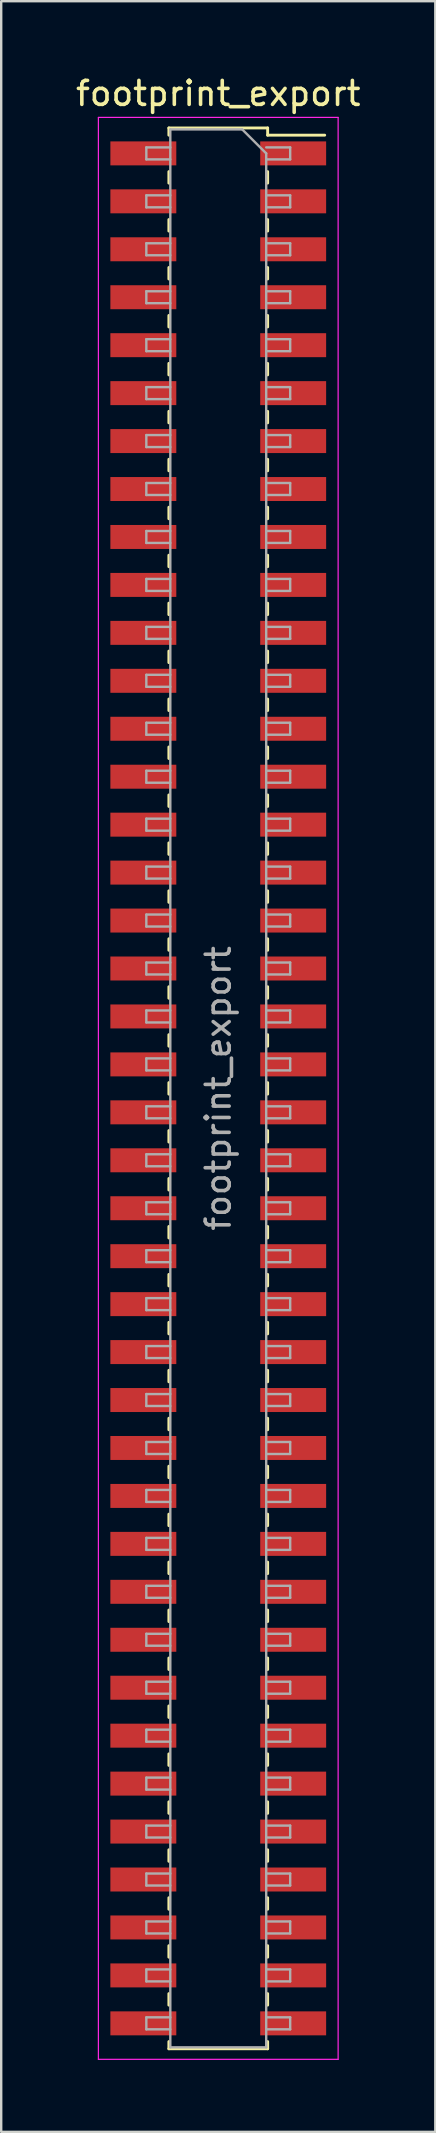
<source format=kicad_pcb>
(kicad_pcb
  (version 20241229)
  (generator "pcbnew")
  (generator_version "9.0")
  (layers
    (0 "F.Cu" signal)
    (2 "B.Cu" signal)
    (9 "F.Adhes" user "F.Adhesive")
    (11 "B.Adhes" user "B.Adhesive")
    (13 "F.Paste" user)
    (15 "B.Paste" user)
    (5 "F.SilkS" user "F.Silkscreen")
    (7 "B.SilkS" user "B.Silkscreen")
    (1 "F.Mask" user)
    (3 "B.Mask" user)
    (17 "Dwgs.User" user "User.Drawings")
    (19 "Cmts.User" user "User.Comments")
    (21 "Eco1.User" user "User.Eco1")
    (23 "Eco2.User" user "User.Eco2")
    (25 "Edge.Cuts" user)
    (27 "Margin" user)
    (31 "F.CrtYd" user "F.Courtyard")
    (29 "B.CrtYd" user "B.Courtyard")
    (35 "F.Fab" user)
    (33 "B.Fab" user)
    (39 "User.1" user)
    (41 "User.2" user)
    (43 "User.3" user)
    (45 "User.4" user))
  (footprint "footprint_export"
    (layer "F.Cu")
    (at 6.054 42.348)
    (property "Reference" "footprint_export" (at 0 -41.5 0) (layer "F.SilkS") (effects (font (size 1 1) (thickness 0.15))))
    (attr smd)
    (fp_line (start -2.06 -40.06) (end -2.06 -39.76) (stroke (width 0.12) (type solid)) (layer "F.SilkS"))
    (fp_line (start -2.06 -40.06) (end 2.06 -40.06) (stroke (width 0.12) (type solid)) (layer "F.SilkS"))
    (fp_line (start -2.06 -38.24) (end -2.06 -37.76) (stroke (width 0.12) (type solid)) (layer "F.SilkS"))
    (fp_line (start -2.06 -36.24) (end -2.06 -35.76) (stroke (width 0.12) (type solid)) (layer "F.SilkS"))
    (fp_line (start -2.06 -34.24) (end -2.06 -33.76) (stroke (width 0.12) (type solid)) (layer "F.SilkS"))
    (fp_line (start -2.06 -32.24) (end -2.06 -31.76) (stroke (width 0.12) (type solid)) (layer "F.SilkS"))
    (fp_line (start -2.06 -30.24) (end -2.06 -29.76) (stroke (width 0.12) (type solid)) (layer "F.SilkS"))
    (fp_line (start -2.06 -28.24) (end -2.06 -27.76) (stroke (width 0.12) (type solid)) (layer "F.SilkS"))
    (fp_line (start -2.06 -26.24) (end -2.06 -25.76) (stroke (width 0.12) (type solid)) (layer "F.SilkS"))
    (fp_line (start -2.06 -24.24) (end -2.06 -23.76) (stroke (width 0.12) (type solid)) (layer "F.SilkS"))
    (fp_line (start -2.06 -22.24) (end -2.06 -21.76) (stroke (width 0.12) (type solid)) (layer "F.SilkS"))
    (fp_line (start -2.06 -20.24) (end -2.06 -19.76) (stroke (width 0.12) (type solid)) (layer "F.SilkS"))
    (fp_line (start -2.06 -18.24) (end -2.06 -17.76) (stroke (width 0.12) (type solid)) (layer "F.SilkS"))
    (fp_line (start -2.06 -16.24) (end -2.06 -15.76) (stroke (width 0.12) (type solid)) (layer "F.SilkS"))
    (fp_line (start -2.06 -14.24) (end -2.06 -13.76) (stroke (width 0.12) (type solid)) (layer "F.SilkS"))
    (fp_line (start -2.06 -12.24) (end -2.06 -11.76) (stroke (width 0.12) (type solid)) (layer "F.SilkS"))
    (fp_line (start -2.06 -10.24) (end -2.06 -9.76) (stroke (width 0.12) (type solid)) (layer "F.SilkS"))
    (fp_line (start -2.06 -8.24) (end -2.06 -7.76) (stroke (width 0.12) (type solid)) (layer "F.SilkS"))
    (fp_line (start -2.06 -6.24) (end -2.06 -5.76) (stroke (width 0.12) (type solid)) (layer "F.SilkS"))
    (fp_line (start -2.06 -4.24) (end -2.06 -3.76) (stroke (width 0.12) (type solid)) (layer "F.SilkS"))
    (fp_line (start -2.06 -2.24) (end -2.06 -1.76) (stroke (width 0.12) (type solid)) (layer "F.SilkS"))
    (fp_line (start -2.06 -0.24) (end -2.06 0.24) (stroke (width 0.12) (type solid)) (layer "F.SilkS"))
    (fp_line (start -2.06 1.76) (end -2.06 2.24) (stroke (width 0.12) (type solid)) (layer "F.SilkS"))
    (fp_line (start -2.06 3.76) (end -2.06 4.24) (stroke (width 0.12) (type solid)) (layer "F.SilkS"))
    (fp_line (start -2.06 5.76) (end -2.06 6.24) (stroke (width 0.12) (type solid)) (layer "F.SilkS"))
    (fp_line (start -2.06 7.76) (end -2.06 8.24) (stroke (width 0.12) (type solid)) (layer "F.SilkS"))
    (fp_line (start -2.06 9.76) (end -2.06 10.24) (stroke (width 0.12) (type solid)) (layer "F.SilkS"))
    (fp_line (start -2.06 11.76) (end -2.06 12.24) (stroke (width 0.12) (type solid)) (layer "F.SilkS"))
    (fp_line (start -2.06 13.76) (end -2.06 14.24) (stroke (width 0.12) (type solid)) (layer "F.SilkS"))
    (fp_line (start -2.06 15.76) (end -2.06 16.24) (stroke (width 0.12) (type solid)) (layer "F.SilkS"))
    (fp_line (start -2.06 17.76) (end -2.06 18.24) (stroke (width 0.12) (type solid)) (layer "F.SilkS"))
    (fp_line (start -2.06 19.76) (end -2.06 20.24) (stroke (width 0.12) (type solid)) (layer "F.SilkS"))
    (fp_line (start -2.06 21.76) (end -2.06 22.24) (stroke (width 0.12) (type solid)) (layer "F.SilkS"))
    (fp_line (start -2.06 23.76) (end -2.06 24.24) (stroke (width 0.12) (type solid)) (layer "F.SilkS"))
    (fp_line (start -2.06 25.76) (end -2.06 26.24) (stroke (width 0.12) (type solid)) (layer "F.SilkS"))
    (fp_line (start -2.06 27.76) (end -2.06 28.24) (stroke (width 0.12) (type solid)) (layer "F.SilkS"))
    (fp_line (start -2.06 29.76) (end -2.06 30.24) (stroke (width 0.12) (type solid)) (layer "F.SilkS"))
    (fp_line (start -2.06 31.76) (end -2.06 32.24) (stroke (width 0.12) (type solid)) (layer "F.SilkS"))
    (fp_line (start -2.06 33.76) (end -2.06 34.24) (stroke (width 0.12) (type solid)) (layer "F.SilkS"))
    (fp_line (start -2.06 35.76) (end -2.06 36.24) (stroke (width 0.12) (type solid)) (layer "F.SilkS"))
    (fp_line (start -2.06 37.76) (end -2.06 38.24) (stroke (width 0.12) (type solid)) (layer "F.SilkS"))
    (fp_line (start -2.06 39.76) (end -2.06 40.06) (stroke (width 0.12) (type solid)) (layer "F.SilkS"))
    (fp_line (start -2.06 40.06) (end 2.06 40.06) (stroke (width 0.12) (type solid)) (layer "F.SilkS"))
    (fp_line (start 2.06 -40.06) (end 2.06 -39.76) (stroke (width 0.12) (type solid)) (layer "F.SilkS"))
    (fp_line (start 2.06 -39.76) (end 4.44 -39.76) (stroke (width 0.12) (type solid)) (layer "F.SilkS"))
    (fp_line (start 2.06 -38.24) (end 2.06 -37.76) (stroke (width 0.12) (type solid)) (layer "F.SilkS"))
    (fp_line (start 2.06 -36.24) (end 2.06 -35.76) (stroke (width 0.12) (type solid)) (layer "F.SilkS"))
    (fp_line (start 2.06 -34.24) (end 2.06 -33.76) (stroke (width 0.12) (type solid)) (layer "F.SilkS"))
    (fp_line (start 2.06 -32.24) (end 2.06 -31.76) (stroke (width 0.12) (type solid)) (layer "F.SilkS"))
    (fp_line (start 2.06 -30.24) (end 2.06 -29.76) (stroke (width 0.12) (type solid)) (layer "F.SilkS"))
    (fp_line (start 2.06 -28.24) (end 2.06 -27.76) (stroke (width 0.12) (type solid)) (layer "F.SilkS"))
    (fp_line (start 2.06 -26.24) (end 2.06 -25.76) (stroke (width 0.12) (type solid)) (layer "F.SilkS"))
    (fp_line (start 2.06 -24.24) (end 2.06 -23.76) (stroke (width 0.12) (type solid)) (layer "F.SilkS"))
    (fp_line (start 2.06 -22.24) (end 2.06 -21.76) (stroke (width 0.12) (type solid)) (layer "F.SilkS"))
    (fp_line (start 2.06 -20.24) (end 2.06 -19.76) (stroke (width 0.12) (type solid)) (layer "F.SilkS"))
    (fp_line (start 2.06 -18.24) (end 2.06 -17.76) (stroke (width 0.12) (type solid)) (layer "F.SilkS"))
    (fp_line (start 2.06 -16.24) (end 2.06 -15.76) (stroke (width 0.12) (type solid)) (layer "F.SilkS"))
    (fp_line (start 2.06 -14.24) (end 2.06 -13.76) (stroke (width 0.12) (type solid)) (layer "F.SilkS"))
    (fp_line (start 2.06 -12.24) (end 2.06 -11.76) (stroke (width 0.12) (type solid)) (layer "F.SilkS"))
    (fp_line (start 2.06 -10.24) (end 2.06 -9.76) (stroke (width 0.12) (type solid)) (layer "F.SilkS"))
    (fp_line (start 2.06 -8.24) (end 2.06 -7.76) (stroke (width 0.12) (type solid)) (layer "F.SilkS"))
    (fp_line (start 2.06 -6.24) (end 2.06 -5.76) (stroke (width 0.12) (type solid)) (layer "F.SilkS"))
    (fp_line (start 2.06 -4.24) (end 2.06 -3.76) (stroke (width 0.12) (type solid)) (layer "F.SilkS"))
    (fp_line (start 2.06 -2.24) (end 2.06 -1.76) (stroke (width 0.12) (type solid)) (layer "F.SilkS"))
    (fp_line (start 2.06 -0.24) (end 2.06 0.24) (stroke (width 0.12) (type solid)) (layer "F.SilkS"))
    (fp_line (start 2.06 1.76) (end 2.06 2.24) (stroke (width 0.12) (type solid)) (layer "F.SilkS"))
    (fp_line (start 2.06 3.76) (end 2.06 4.24) (stroke (width 0.12) (type solid)) (layer "F.SilkS"))
    (fp_line (start 2.06 5.76) (end 2.06 6.24) (stroke (width 0.12) (type solid)) (layer "F.SilkS"))
    (fp_line (start 2.06 7.76) (end 2.06 8.24) (stroke (width 0.12) (type solid)) (layer "F.SilkS"))
    (fp_line (start 2.06 9.76) (end 2.06 10.24) (stroke (width 0.12) (type solid)) (layer "F.SilkS"))
    (fp_line (start 2.06 11.76) (end 2.06 12.24) (stroke (width 0.12) (type solid)) (layer "F.SilkS"))
    (fp_line (start 2.06 13.76) (end 2.06 14.24) (stroke (width 0.12) (type solid)) (layer "F.SilkS"))
    (fp_line (start 2.06 15.76) (end 2.06 16.24) (stroke (width 0.12) (type solid)) (layer "F.SilkS"))
    (fp_line (start 2.06 17.76) (end 2.06 18.24) (stroke (width 0.12) (type solid)) (layer "F.SilkS"))
    (fp_line (start 2.06 19.76) (end 2.06 20.24) (stroke (width 0.12) (type solid)) (layer "F.SilkS"))
    (fp_line (start 2.06 21.76) (end 2.06 22.24) (stroke (width 0.12) (type solid)) (layer "F.SilkS"))
    (fp_line (start 2.06 23.76) (end 2.06 24.24) (stroke (width 0.12) (type solid)) (layer "F.SilkS"))
    (fp_line (start 2.06 25.76) (end 2.06 26.24) (stroke (width 0.12) (type solid)) (layer "F.SilkS"))
    (fp_line (start 2.06 27.76) (end 2.06 28.24) (stroke (width 0.12) (type solid)) (layer "F.SilkS"))
    (fp_line (start 2.06 29.76) (end 2.06 30.24) (stroke (width 0.12) (type solid)) (layer "F.SilkS"))
    (fp_line (start 2.06 31.76) (end 2.06 32.24) (stroke (width 0.12) (type solid)) (layer "F.SilkS"))
    (fp_line (start 2.06 33.76) (end 2.06 34.24) (stroke (width 0.12) (type solid)) (layer "F.SilkS"))
    (fp_line (start 2.06 35.76) (end 2.06 36.24) (stroke (width 0.12) (type solid)) (layer "F.SilkS"))
    (fp_line (start 2.06 37.76) (end 2.06 38.24) (stroke (width 0.12) (type solid)) (layer "F.SilkS"))
    (fp_line (start 2.06 39.76) (end 2.06 40.06) (stroke (width 0.12) (type solid)) (layer "F.SilkS"))
    (fp_line (start -5 -40.5) (end 5 -40.5) (stroke (width 0.05) (type solid)) (layer "F.CrtYd"))
    (fp_line (start -5 40.5) (end -5 -40.5) (stroke (width 0.05) (type solid)) (layer "F.CrtYd"))
    (fp_line (start 5 -40.5) (end 5 40.5) (stroke (width 0.05) (type solid)) (layer "F.CrtYd"))
    (fp_line (start 5 40.5) (end -5 40.5) (stroke (width 0.05) (type solid)) (layer "F.CrtYd"))
    (fp_line (start -3 -39.25) (end -2 -39.25) (stroke (width 0.1) (type solid)) (layer "F.Fab"))
    (fp_line (start -3 -38.75) (end -3 -39.25) (stroke (width 0.1) (type solid)) (layer "F.Fab"))
    (fp_line (start -3 -37.25) (end -2 -37.25) (stroke (width 0.1) (type solid)) (layer "F.Fab"))
    (fp_line (start -3 -36.75) (end -3 -37.25) (stroke (width 0.1) (type solid)) (layer "F.Fab"))
    (fp_line (start -3 -35.25) (end -2 -35.25) (stroke (width 0.1) (type solid)) (layer "F.Fab"))
    (fp_line (start -3 -34.75) (end -3 -35.25) (stroke (width 0.1) (type solid)) (layer "F.Fab"))
    (fp_line (start -3 -33.25) (end -2 -33.25) (stroke (width 0.1) (type solid)) (layer "F.Fab"))
    (fp_line (start -3 -32.75) (end -3 -33.25) (stroke (width 0.1) (type solid)) (layer "F.Fab"))
    (fp_line (start -3 -31.25) (end -2 -31.25) (stroke (width 0.1) (type solid)) (layer "F.Fab"))
    (fp_line (start -3 -30.75) (end -3 -31.25) (stroke (width 0.1) (type solid)) (layer "F.Fab"))
    (fp_line (start -3 -29.25) (end -2 -29.25) (stroke (width 0.1) (type solid)) (layer "F.Fab"))
    (fp_line (start -3 -28.75) (end -3 -29.25) (stroke (width 0.1) (type solid)) (layer "F.Fab"))
    (fp_line (start -3 -27.25) (end -2 -27.25) (stroke (width 0.1) (type solid)) (layer "F.Fab"))
    (fp_line (start -3 -26.75) (end -3 -27.25) (stroke (width 0.1) (type solid)) (layer "F.Fab"))
    (fp_line (start -3 -25.25) (end -2 -25.25) (stroke (width 0.1) (type solid)) (layer "F.Fab"))
    (fp_line (start -3 -24.75) (end -3 -25.25) (stroke (width 0.1) (type solid)) (layer "F.Fab"))
    (fp_line (start -3 -23.25) (end -2 -23.25) (stroke (width 0.1) (type solid)) (layer "F.Fab"))
    (fp_line (start -3 -22.75) (end -3 -23.25) (stroke (width 0.1) (type solid)) (layer "F.Fab"))
    (fp_line (start -3 -21.25) (end -2 -21.25) (stroke (width 0.1) (type solid)) (layer "F.Fab"))
    (fp_line (start -3 -20.75) (end -3 -21.25) (stroke (width 0.1) (type solid)) (layer "F.Fab"))
    (fp_line (start -3 -19.25) (end -2 -19.25) (stroke (width 0.1) (type solid)) (layer "F.Fab"))
    (fp_line (start -3 -18.75) (end -3 -19.25) (stroke (width 0.1) (type solid)) (layer "F.Fab"))
    (fp_line (start -3 -17.25) (end -2 -17.25) (stroke (width 0.1) (type solid)) (layer "F.Fab"))
    (fp_line (start -3 -16.75) (end -3 -17.25) (stroke (width 0.1) (type solid)) (layer "F.Fab"))
    (fp_line (start -3 -15.25) (end -2 -15.25) (stroke (width 0.1) (type solid)) (layer "F.Fab"))
    (fp_line (start -3 -14.75) (end -3 -15.25) (stroke (width 0.1) (type solid)) (layer "F.Fab"))
    (fp_line (start -3 -13.25) (end -2 -13.25) (stroke (width 0.1) (type solid)) (layer "F.Fab"))
    (fp_line (start -3 -12.75) (end -3 -13.25) (stroke (width 0.1) (type solid)) (layer "F.Fab"))
    (fp_line (start -3 -11.25) (end -2 -11.25) (stroke (width 0.1) (type solid)) (layer "F.Fab"))
    (fp_line (start -3 -10.75) (end -3 -11.25) (stroke (width 0.1) (type solid)) (layer "F.Fab"))
    (fp_line (start -3 -9.25) (end -2 -9.25) (stroke (width 0.1) (type solid)) (layer "F.Fab"))
    (fp_line (start -3 -8.75) (end -3 -9.25) (stroke (width 0.1) (type solid)) (layer "F.Fab"))
    (fp_line (start -3 -7.25) (end -2 -7.25) (stroke (width 0.1) (type solid)) (layer "F.Fab"))
    (fp_line (start -3 -6.75) (end -3 -7.25) (stroke (width 0.1) (type solid)) (layer "F.Fab"))
    (fp_line (start -3 -5.25) (end -2 -5.25) (stroke (width 0.1) (type solid)) (layer "F.Fab"))
    (fp_line (start -3 -4.75) (end -3 -5.25) (stroke (width 0.1) (type solid)) (layer "F.Fab"))
    (fp_line (start -3 -3.25) (end -2 -3.25) (stroke (width 0.1) (type solid)) (layer "F.Fab"))
    (fp_line (start -3 -2.75) (end -3 -3.25) (stroke (width 0.1) (type solid)) (layer "F.Fab"))
    (fp_line (start -3 -1.25) (end -2 -1.25) (stroke (width 0.1) (type solid)) (layer "F.Fab"))
    (fp_line (start -3 -0.75) (end -3 -1.25) (stroke (width 0.1) (type solid)) (layer "F.Fab"))
    (fp_line (start -3 0.75) (end -2 0.75) (stroke (width 0.1) (type solid)) (layer "F.Fab"))
    (fp_line (start -3 1.25) (end -3 0.75) (stroke (width 0.1) (type solid)) (layer "F.Fab"))
    (fp_line (start -3 2.75) (end -2 2.75) (stroke (width 0.1) (type solid)) (layer "F.Fab"))
    (fp_line (start -3 3.25) (end -3 2.75) (stroke (width 0.1) (type solid)) (layer "F.Fab"))
    (fp_line (start -3 4.75) (end -2 4.75) (stroke (width 0.1) (type solid)) (layer "F.Fab"))
    (fp_line (start -3 5.25) (end -3 4.75) (stroke (width 0.1) (type solid)) (layer "F.Fab"))
    (fp_line (start -3 6.75) (end -2 6.75) (stroke (width 0.1) (type solid)) (layer "F.Fab"))
    (fp_line (start -3 7.25) (end -3 6.75) (stroke (width 0.1) (type solid)) (layer "F.Fab"))
    (fp_line (start -3 8.75) (end -2 8.75) (stroke (width 0.1) (type solid)) (layer "F.Fab"))
    (fp_line (start -3 9.25) (end -3 8.75) (stroke (width 0.1) (type solid)) (layer "F.Fab"))
    (fp_line (start -3 10.75) (end -2 10.75) (stroke (width 0.1) (type solid)) (layer "F.Fab"))
    (fp_line (start -3 11.25) (end -3 10.75) (stroke (width 0.1) (type solid)) (layer "F.Fab"))
    (fp_line (start -3 12.75) (end -2 12.75) (stroke (width 0.1) (type solid)) (layer "F.Fab"))
    (fp_line (start -3 13.25) (end -3 12.75) (stroke (width 0.1) (type solid)) (layer "F.Fab"))
    (fp_line (start -3 14.75) (end -2 14.75) (stroke (width 0.1) (type solid)) (layer "F.Fab"))
    (fp_line (start -3 15.25) (end -3 14.75) (stroke (width 0.1) (type solid)) (layer "F.Fab"))
    (fp_line (start -3 16.75) (end -2 16.75) (stroke (width 0.1) (type solid)) (layer "F.Fab"))
    (fp_line (start -3 17.25) (end -3 16.75) (stroke (width 0.1) (type solid)) (layer "F.Fab"))
    (fp_line (start -3 18.75) (end -2 18.75) (stroke (width 0.1) (type solid)) (layer "F.Fab"))
    (fp_line (start -3 19.25) (end -3 18.75) (stroke (width 0.1) (type solid)) (layer "F.Fab"))
    (fp_line (start -3 20.75) (end -2 20.75) (stroke (width 0.1) (type solid)) (layer "F.Fab"))
    (fp_line (start -3 21.25) (end -3 20.75) (stroke (width 0.1) (type solid)) (layer "F.Fab"))
    (fp_line (start -3 22.75) (end -2 22.75) (stroke (width 0.1) (type solid)) (layer "F.Fab"))
    (fp_line (start -3 23.25) (end -3 22.75) (stroke (width 0.1) (type solid)) (layer "F.Fab"))
    (fp_line (start -3 24.75) (end -2 24.75) (stroke (width 0.1) (type solid)) (layer "F.Fab"))
    (fp_line (start -3 25.25) (end -3 24.75) (stroke (width 0.1) (type solid)) (layer "F.Fab"))
    (fp_line (start -3 26.75) (end -2 26.75) (stroke (width 0.1) (type solid)) (layer "F.Fab"))
    (fp_line (start -3 27.25) (end -3 26.75) (stroke (width 0.1) (type solid)) (layer "F.Fab"))
    (fp_line (start -3 28.75) (end -2 28.75) (stroke (width 0.1) (type solid)) (layer "F.Fab"))
    (fp_line (start -3 29.25) (end -3 28.75) (stroke (width 0.1) (type solid)) (layer "F.Fab"))
    (fp_line (start -3 30.75) (end -2 30.75) (stroke (width 0.1) (type solid)) (layer "F.Fab"))
    (fp_line (start -3 31.25) (end -3 30.75) (stroke (width 0.1) (type solid)) (layer "F.Fab"))
    (fp_line (start -3 32.75) (end -2 32.75) (stroke (width 0.1) (type solid)) (layer "F.Fab"))
    (fp_line (start -3 33.25) (end -3 32.75) (stroke (width 0.1) (type solid)) (layer "F.Fab"))
    (fp_line (start -3 34.75) (end -2 34.75) (stroke (width 0.1) (type solid)) (layer "F.Fab"))
    (fp_line (start -3 35.25) (end -3 34.75) (stroke (width 0.1) (type solid)) (layer "F.Fab"))
    (fp_line (start -3 36.75) (end -2 36.75) (stroke (width 0.1) (type solid)) (layer "F.Fab"))
    (fp_line (start -3 37.25) (end -3 36.75) (stroke (width 0.1) (type solid)) (layer "F.Fab"))
    (fp_line (start -3 38.75) (end -2 38.75) (stroke (width 0.1) (type solid)) (layer "F.Fab"))
    (fp_line (start -3 39.25) (end -3 38.75) (stroke (width 0.1) (type solid)) (layer "F.Fab"))
    (fp_line (start -2 -40) (end 1 -40) (stroke (width 0.1) (type solid)) (layer "F.Fab"))
    (fp_line (start -2 -38.75) (end -3 -38.75) (stroke (width 0.1) (type solid)) (layer "F.Fab"))
    (fp_line (start -2 -36.75) (end -3 -36.75) (stroke (width 0.1) (type solid)) (layer "F.Fab"))
    (fp_line (start -2 -34.75) (end -3 -34.75) (stroke (width 0.1) (type solid)) (layer "F.Fab"))
    (fp_line (start -2 -32.75) (end -3 -32.75) (stroke (width 0.1) (type solid)) (layer "F.Fab"))
    (fp_line (start -2 -30.75) (end -3 -30.75) (stroke (width 0.1) (type solid)) (layer "F.Fab"))
    (fp_line (start -2 -28.75) (end -3 -28.75) (stroke (width 0.1) (type solid)) (layer "F.Fab"))
    (fp_line (start -2 -26.75) (end -3 -26.75) (stroke (width 0.1) (type solid)) (layer "F.Fab"))
    (fp_line (start -2 -24.75) (end -3 -24.75) (stroke (width 0.1) (type solid)) (layer "F.Fab"))
    (fp_line (start -2 -22.75) (end -3 -22.75) (stroke (width 0.1) (type solid)) (layer "F.Fab"))
    (fp_line (start -2 -20.75) (end -3 -20.75) (stroke (width 0.1) (type solid)) (layer "F.Fab"))
    (fp_line (start -2 -18.75) (end -3 -18.75) (stroke (width 0.1) (type solid)) (layer "F.Fab"))
    (fp_line (start -2 -16.75) (end -3 -16.75) (stroke (width 0.1) (type solid)) (layer "F.Fab"))
    (fp_line (start -2 -14.75) (end -3 -14.75) (stroke (width 0.1) (type solid)) (layer "F.Fab"))
    (fp_line (start -2 -12.75) (end -3 -12.75) (stroke (width 0.1) (type solid)) (layer "F.Fab"))
    (fp_line (start -2 -10.75) (end -3 -10.75) (stroke (width 0.1) (type solid)) (layer "F.Fab"))
    (fp_line (start -2 -8.75) (end -3 -8.75) (stroke (width 0.1) (type solid)) (layer "F.Fab"))
    (fp_line (start -2 -6.75) (end -3 -6.75) (stroke (width 0.1) (type solid)) (layer "F.Fab"))
    (fp_line (start -2 -4.75) (end -3 -4.75) (stroke (width 0.1) (type solid)) (layer "F.Fab"))
    (fp_line (start -2 -2.75) (end -3 -2.75) (stroke (width 0.1) (type solid)) (layer "F.Fab"))
    (fp_line (start -2 -0.75) (end -3 -0.75) (stroke (width 0.1) (type solid)) (layer "F.Fab"))
    (fp_line (start -2 1.25) (end -3 1.25) (stroke (width 0.1) (type solid)) (layer "F.Fab"))
    (fp_line (start -2 3.25) (end -3 3.25) (stroke (width 0.1) (type solid)) (layer "F.Fab"))
    (fp_line (start -2 5.25) (end -3 5.25) (stroke (width 0.1) (type solid)) (layer "F.Fab"))
    (fp_line (start -2 7.25) (end -3 7.25) (stroke (width 0.1) (type solid)) (layer "F.Fab"))
    (fp_line (start -2 9.25) (end -3 9.25) (stroke (width 0.1) (type solid)) (layer "F.Fab"))
    (fp_line (start -2 11.25) (end -3 11.25) (stroke (width 0.1) (type solid)) (layer "F.Fab"))
    (fp_line (start -2 13.25) (end -3 13.25) (stroke (width 0.1) (type solid)) (layer "F.Fab"))
    (fp_line (start -2 15.25) (end -3 15.25) (stroke (width 0.1) (type solid)) (layer "F.Fab"))
    (fp_line (start -2 17.25) (end -3 17.25) (stroke (width 0.1) (type solid)) (layer "F.Fab"))
    (fp_line (start -2 19.25) (end -3 19.25) (stroke (width 0.1) (type solid)) (layer "F.Fab"))
    (fp_line (start -2 21.25) (end -3 21.25) (stroke (width 0.1) (type solid)) (layer "F.Fab"))
    (fp_line (start -2 23.25) (end -3 23.25) (stroke (width 0.1) (type solid)) (layer "F.Fab"))
    (fp_line (start -2 25.25) (end -3 25.25) (stroke (width 0.1) (type solid)) (layer "F.Fab"))
    (fp_line (start -2 27.25) (end -3 27.25) (stroke (width 0.1) (type solid)) (layer "F.Fab"))
    (fp_line (start -2 29.25) (end -3 29.25) (stroke (width 0.1) (type solid)) (layer "F.Fab"))
    (fp_line (start -2 31.25) (end -3 31.25) (stroke (width 0.1) (type solid)) (layer "F.Fab"))
    (fp_line (start -2 33.25) (end -3 33.25) (stroke (width 0.1) (type solid)) (layer "F.Fab"))
    (fp_line (start -2 35.25) (end -3 35.25) (stroke (width 0.1) (type solid)) (layer "F.Fab"))
    (fp_line (start -2 37.25) (end -3 37.25) (stroke (width 0.1) (type solid)) (layer "F.Fab"))
    (fp_line (start -2 39.25) (end -3 39.25) (stroke (width 0.1) (type solid)) (layer "F.Fab"))
    (fp_line (start -2 40) (end -2 -40) (stroke (width 0.1) (type solid)) (layer "F.Fab"))
    (fp_line (start 1 -40) (end 2 -39) (stroke (width 0.1) (type solid)) (layer "F.Fab"))
    (fp_line (start 2 -39.25) (end 3 -39.25) (stroke (width 0.1) (type solid)) (layer "F.Fab"))
    (fp_line (start 2 -39) (end 2 40) (stroke (width 0.1) (type solid)) (layer "F.Fab"))
    (fp_line (start 2 -37.25) (end 3 -37.25) (stroke (width 0.1) (type solid)) (layer "F.Fab"))
    (fp_line (start 2 -35.25) (end 3 -35.25) (stroke (width 0.1) (type solid)) (layer "F.Fab"))
    (fp_line (start 2 -33.25) (end 3 -33.25) (stroke (width 0.1) (type solid)) (layer "F.Fab"))
    (fp_line (start 2 -31.25) (end 3 -31.25) (stroke (width 0.1) (type solid)) (layer "F.Fab"))
    (fp_line (start 2 -29.25) (end 3 -29.25) (stroke (width 0.1) (type solid)) (layer "F.Fab"))
    (fp_line (start 2 -27.25) (end 3 -27.25) (stroke (width 0.1) (type solid)) (layer "F.Fab"))
    (fp_line (start 2 -25.25) (end 3 -25.25) (stroke (width 0.1) (type solid)) (layer "F.Fab"))
    (fp_line (start 2 -23.25) (end 3 -23.25) (stroke (width 0.1) (type solid)) (layer "F.Fab"))
    (fp_line (start 2 -21.25) (end 3 -21.25) (stroke (width 0.1) (type solid)) (layer "F.Fab"))
    (fp_line (start 2 -19.25) (end 3 -19.25) (stroke (width 0.1) (type solid)) (layer "F.Fab"))
    (fp_line (start 2 -17.25) (end 3 -17.25) (stroke (width 0.1) (type solid)) (layer "F.Fab"))
    (fp_line (start 2 -15.25) (end 3 -15.25) (stroke (width 0.1) (type solid)) (layer "F.Fab"))
    (fp_line (start 2 -13.25) (end 3 -13.25) (stroke (width 0.1) (type solid)) (layer "F.Fab"))
    (fp_line (start 2 -11.25) (end 3 -11.25) (stroke (width 0.1) (type solid)) (layer "F.Fab"))
    (fp_line (start 2 -9.25) (end 3 -9.25) (stroke (width 0.1) (type solid)) (layer "F.Fab"))
    (fp_line (start 2 -7.25) (end 3 -7.25) (stroke (width 0.1) (type solid)) (layer "F.Fab"))
    (fp_line (start 2 -5.25) (end 3 -5.25) (stroke (width 0.1) (type solid)) (layer "F.Fab"))
    (fp_line (start 2 -3.25) (end 3 -3.25) (stroke (width 0.1) (type solid)) (layer "F.Fab"))
    (fp_line (start 2 -1.25) (end 3 -1.25) (stroke (width 0.1) (type solid)) (layer "F.Fab"))
    (fp_line (start 2 0.75) (end 3 0.75) (stroke (width 0.1) (type solid)) (layer "F.Fab"))
    (fp_line (start 2 2.75) (end 3 2.75) (stroke (width 0.1) (type solid)) (layer "F.Fab"))
    (fp_line (start 2 4.75) (end 3 4.75) (stroke (width 0.1) (type solid)) (layer "F.Fab"))
    (fp_line (start 2 6.75) (end 3 6.75) (stroke (width 0.1) (type solid)) (layer "F.Fab"))
    (fp_line (start 2 8.75) (end 3 8.75) (stroke (width 0.1) (type solid)) (layer "F.Fab"))
    (fp_line (start 2 10.75) (end 3 10.75) (stroke (width 0.1) (type solid)) (layer "F.Fab"))
    (fp_line (start 2 12.75) (end 3 12.75) (stroke (width 0.1) (type solid)) (layer "F.Fab"))
    (fp_line (start 2 14.75) (end 3 14.75) (stroke (width 0.1) (type solid)) (layer "F.Fab"))
    (fp_line (start 2 16.75) (end 3 16.75) (stroke (width 0.1) (type solid)) (layer "F.Fab"))
    (fp_line (start 2 18.75) (end 3 18.75) (stroke (width 0.1) (type solid)) (layer "F.Fab"))
    (fp_line (start 2 20.75) (end 3 20.75) (stroke (width 0.1) (type solid)) (layer "F.Fab"))
    (fp_line (start 2 22.75) (end 3 22.75) (stroke (width 0.1) (type solid)) (layer "F.Fab"))
    (fp_line (start 2 24.75) (end 3 24.75) (stroke (width 0.1) (type solid)) (layer "F.Fab"))
    (fp_line (start 2 26.75) (end 3 26.75) (stroke (width 0.1) (type solid)) (layer "F.Fab"))
    (fp_line (start 2 28.75) (end 3 28.75) (stroke (width 0.1) (type solid)) (layer "F.Fab"))
    (fp_line (start 2 30.75) (end 3 30.75) (stroke (width 0.1) (type solid)) (layer "F.Fab"))
    (fp_line (start 2 32.75) (end 3 32.75) (stroke (width 0.1) (type solid)) (layer "F.Fab"))
    (fp_line (start 2 34.75) (end 3 34.75) (stroke (width 0.1) (type solid)) (layer "F.Fab"))
    (fp_line (start 2 36.75) (end 3 36.75) (stroke (width 0.1) (type solid)) (layer "F.Fab"))
    (fp_line (start 2 38.75) (end 3 38.75) (stroke (width 0.1) (type solid)) (layer "F.Fab"))
    (fp_line (start 2 40) (end -2 40) (stroke (width 0.1) (type solid)) (layer "F.Fab"))
    (fp_line (start 3 -39.25) (end 3 -38.75) (stroke (width 0.1) (type solid)) (layer "F.Fab"))
    (fp_line (start 3 -38.75) (end 2 -38.75) (stroke (width 0.1) (type solid)) (layer "F.Fab"))
    (fp_line (start 3 -37.25) (end 3 -36.75) (stroke (width 0.1) (type solid)) (layer "F.Fab"))
    (fp_line (start 3 -36.75) (end 2 -36.75) (stroke (width 0.1) (type solid)) (layer "F.Fab"))
    (fp_line (start 3 -35.25) (end 3 -34.75) (stroke (width 0.1) (type solid)) (layer "F.Fab"))
    (fp_line (start 3 -34.75) (end 2 -34.75) (stroke (width 0.1) (type solid)) (layer "F.Fab"))
    (fp_line (start 3 -33.25) (end 3 -32.75) (stroke (width 0.1) (type solid)) (layer "F.Fab"))
    (fp_line (start 3 -32.75) (end 2 -32.75) (stroke (width 0.1) (type solid)) (layer "F.Fab"))
    (fp_line (start 3 -31.25) (end 3 -30.75) (stroke (width 0.1) (type solid)) (layer "F.Fab"))
    (fp_line (start 3 -30.75) (end 2 -30.75) (stroke (width 0.1) (type solid)) (layer "F.Fab"))
    (fp_line (start 3 -29.25) (end 3 -28.75) (stroke (width 0.1) (type solid)) (layer "F.Fab"))
    (fp_line (start 3 -28.75) (end 2 -28.75) (stroke (width 0.1) (type solid)) (layer "F.Fab"))
    (fp_line (start 3 -27.25) (end 3 -26.75) (stroke (width 0.1) (type solid)) (layer "F.Fab"))
    (fp_line (start 3 -26.75) (end 2 -26.75) (stroke (width 0.1) (type solid)) (layer "F.Fab"))
    (fp_line (start 3 -25.25) (end 3 -24.75) (stroke (width 0.1) (type solid)) (layer "F.Fab"))
    (fp_line (start 3 -24.75) (end 2 -24.75) (stroke (width 0.1) (type solid)) (layer "F.Fab"))
    (fp_line (start 3 -23.25) (end 3 -22.75) (stroke (width 0.1) (type solid)) (layer "F.Fab"))
    (fp_line (start 3 -22.75) (end 2 -22.75) (stroke (width 0.1) (type solid)) (layer "F.Fab"))
    (fp_line (start 3 -21.25) (end 3 -20.75) (stroke (width 0.1) (type solid)) (layer "F.Fab"))
    (fp_line (start 3 -20.75) (end 2 -20.75) (stroke (width 0.1) (type solid)) (layer "F.Fab"))
    (fp_line (start 3 -19.25) (end 3 -18.75) (stroke (width 0.1) (type solid)) (layer "F.Fab"))
    (fp_line (start 3 -18.75) (end 2 -18.75) (stroke (width 0.1) (type solid)) (layer "F.Fab"))
    (fp_line (start 3 -17.25) (end 3 -16.75) (stroke (width 0.1) (type solid)) (layer "F.Fab"))
    (fp_line (start 3 -16.75) (end 2 -16.75) (stroke (width 0.1) (type solid)) (layer "F.Fab"))
    (fp_line (start 3 -15.25) (end 3 -14.75) (stroke (width 0.1) (type solid)) (layer "F.Fab"))
    (fp_line (start 3 -14.75) (end 2 -14.75) (stroke (width 0.1) (type solid)) (layer "F.Fab"))
    (fp_line (start 3 -13.25) (end 3 -12.75) (stroke (width 0.1) (type solid)) (layer "F.Fab"))
    (fp_line (start 3 -12.75) (end 2 -12.75) (stroke (width 0.1) (type solid)) (layer "F.Fab"))
    (fp_line (start 3 -11.25) (end 3 -10.75) (stroke (width 0.1) (type solid)) (layer "F.Fab"))
    (fp_line (start 3 -10.75) (end 2 -10.75) (stroke (width 0.1) (type solid)) (layer "F.Fab"))
    (fp_line (start 3 -9.25) (end 3 -8.75) (stroke (width 0.1) (type solid)) (layer "F.Fab"))
    (fp_line (start 3 -8.75) (end 2 -8.75) (stroke (width 0.1) (type solid)) (layer "F.Fab"))
    (fp_line (start 3 -7.25) (end 3 -6.75) (stroke (width 0.1) (type solid)) (layer "F.Fab"))
    (fp_line (start 3 -6.75) (end 2 -6.75) (stroke (width 0.1) (type solid)) (layer "F.Fab"))
    (fp_line (start 3 -5.25) (end 3 -4.75) (stroke (width 0.1) (type solid)) (layer "F.Fab"))
    (fp_line (start 3 -4.75) (end 2 -4.75) (stroke (width 0.1) (type solid)) (layer "F.Fab"))
    (fp_line (start 3 -3.25) (end 3 -2.75) (stroke (width 0.1) (type solid)) (layer "F.Fab"))
    (fp_line (start 3 -2.75) (end 2 -2.75) (stroke (width 0.1) (type solid)) (layer "F.Fab"))
    (fp_line (start 3 -1.25) (end 3 -0.75) (stroke (width 0.1) (type solid)) (layer "F.Fab"))
    (fp_line (start 3 -0.75) (end 2 -0.75) (stroke (width 0.1) (type solid)) (layer "F.Fab"))
    (fp_line (start 3 0.75) (end 3 1.25) (stroke (width 0.1) (type solid)) (layer "F.Fab"))
    (fp_line (start 3 1.25) (end 2 1.25) (stroke (width 0.1) (type solid)) (layer "F.Fab"))
    (fp_line (start 3 2.75) (end 3 3.25) (stroke (width 0.1) (type solid)) (layer "F.Fab"))
    (fp_line (start 3 3.25) (end 2 3.25) (stroke (width 0.1) (type solid)) (layer "F.Fab"))
    (fp_line (start 3 4.75) (end 3 5.25) (stroke (width 0.1) (type solid)) (layer "F.Fab"))
    (fp_line (start 3 5.25) (end 2 5.25) (stroke (width 0.1) (type solid)) (layer "F.Fab"))
    (fp_line (start 3 6.75) (end 3 7.25) (stroke (width 0.1) (type solid)) (layer "F.Fab"))
    (fp_line (start 3 7.25) (end 2 7.25) (stroke (width 0.1) (type solid)) (layer "F.Fab"))
    (fp_line (start 3 8.75) (end 3 9.25) (stroke (width 0.1) (type solid)) (layer "F.Fab"))
    (fp_line (start 3 9.25) (end 2 9.25) (stroke (width 0.1) (type solid)) (layer "F.Fab"))
    (fp_line (start 3 10.75) (end 3 11.25) (stroke (width 0.1) (type solid)) (layer "F.Fab"))
    (fp_line (start 3 11.25) (end 2 11.25) (stroke (width 0.1) (type solid)) (layer "F.Fab"))
    (fp_line (start 3 12.75) (end 3 13.25) (stroke (width 0.1) (type solid)) (layer "F.Fab"))
    (fp_line (start 3 13.25) (end 2 13.25) (stroke (width 0.1) (type solid)) (layer "F.Fab"))
    (fp_line (start 3 14.75) (end 3 15.25) (stroke (width 0.1) (type solid)) (layer "F.Fab"))
    (fp_line (start 3 15.25) (end 2 15.25) (stroke (width 0.1) (type solid)) (layer "F.Fab"))
    (fp_line (start 3 16.75) (end 3 17.25) (stroke (width 0.1) (type solid)) (layer "F.Fab"))
    (fp_line (start 3 17.25) (end 2 17.25) (stroke (width 0.1) (type solid)) (layer "F.Fab"))
    (fp_line (start 3 18.75) (end 3 19.25) (stroke (width 0.1) (type solid)) (layer "F.Fab"))
    (fp_line (start 3 19.25) (end 2 19.25) (stroke (width 0.1) (type solid)) (layer "F.Fab"))
    (fp_line (start 3 20.75) (end 3 21.25) (stroke (width 0.1) (type solid)) (layer "F.Fab"))
    (fp_line (start 3 21.25) (end 2 21.25) (stroke (width 0.1) (type solid)) (layer "F.Fab"))
    (fp_line (start 3 22.75) (end 3 23.25) (stroke (width 0.1) (type solid)) (layer "F.Fab"))
    (fp_line (start 3 23.25) (end 2 23.25) (stroke (width 0.1) (type solid)) (layer "F.Fab"))
    (fp_line (start 3 24.75) (end 3 25.25) (stroke (width 0.1) (type solid)) (layer "F.Fab"))
    (fp_line (start 3 25.25) (end 2 25.25) (stroke (width 0.1) (type solid)) (layer "F.Fab"))
    (fp_line (start 3 26.75) (end 3 27.25) (stroke (width 0.1) (type solid)) (layer "F.Fab"))
    (fp_line (start 3 27.25) (end 2 27.25) (stroke (width 0.1) (type solid)) (layer "F.Fab"))
    (fp_line (start 3 28.75) (end 3 29.25) (stroke (width 0.1) (type solid)) (layer "F.Fab"))
    (fp_line (start 3 29.25) (end 2 29.25) (stroke (width 0.1) (type solid)) (layer "F.Fab"))
    (fp_line (start 3 30.75) (end 3 31.25) (stroke (width 0.1) (type solid)) (layer "F.Fab"))
    (fp_line (start 3 31.25) (end 2 31.25) (stroke (width 0.1) (type solid)) (layer "F.Fab"))
    (fp_line (start 3 32.75) (end 3 33.25) (stroke (width 0.1) (type solid)) (layer "F.Fab"))
    (fp_line (start 3 33.25) (end 2 33.25) (stroke (width 0.1) (type solid)) (layer "F.Fab"))
    (fp_line (start 3 34.75) (end 3 35.25) (stroke (width 0.1) (type solid)) (layer "F.Fab"))
    (fp_line (start 3 35.25) (end 2 35.25) (stroke (width 0.1) (type solid)) (layer "F.Fab"))
    (fp_line (start 3 36.75) (end 3 37.25) (stroke (width 0.1) (type solid)) (layer "F.Fab"))
    (fp_line (start 3 37.25) (end 2 37.25) (stroke (width 0.1) (type solid)) (layer "F.Fab"))
    (fp_line (start 3 38.75) (end 3 39.25) (stroke (width 0.1) (type solid)) (layer "F.Fab"))
    (fp_line (start 3 39.25) (end 2 39.25) (stroke (width 0.1) (type solid)) (layer "F.Fab"))
    (fp_text user "${REFERENCE}" (at 0 0 90) (layer "F.Fab") (effects (font (size 1 1) (thickness 0.15))))
    (pad "1" smd rect (at 3.125 -39) (size 2.75 1) (layers "F.Cu" "F.Mask" "F.Paste"))
    (pad "2" smd rect (at -3.125 -39) (size 2.75 1) (layers "F.Cu" "F.Mask" "F.Paste"))
    (pad "3" smd rect (at 3.125 -37) (size 2.75 1) (layers "F.Cu" "F.Mask" "F.Paste"))
    (pad "4" smd rect (at -3.125 -37) (size 2.75 1) (layers "F.Cu" "F.Mask" "F.Paste"))
    (pad "5" smd rect (at 3.125 -35) (size 2.75 1) (layers "F.Cu" "F.Mask" "F.Paste"))
    (pad "6" smd rect (at -3.125 -35) (size 2.75 1) (layers "F.Cu" "F.Mask" "F.Paste"))
    (pad "7" smd rect (at 3.125 -33) (size 2.75 1) (layers "F.Cu" "F.Mask" "F.Paste"))
    (pad "8" smd rect (at -3.125 -33) (size 2.75 1) (layers "F.Cu" "F.Mask" "F.Paste"))
    (pad "9" smd rect (at 3.125 -31) (size 2.75 1) (layers "F.Cu" "F.Mask" "F.Paste"))
    (pad "10" smd rect (at -3.125 -31) (size 2.75 1) (layers "F.Cu" "F.Mask" "F.Paste"))
    (pad "11" smd rect (at 3.125 -29) (size 2.75 1) (layers "F.Cu" "F.Mask" "F.Paste"))
    (pad "12" smd rect (at -3.125 -29) (size 2.75 1) (layers "F.Cu" "F.Mask" "F.Paste"))
    (pad "13" smd rect (at 3.125 -27) (size 2.75 1) (layers "F.Cu" "F.Mask" "F.Paste"))
    (pad "14" smd rect (at -3.125 -27) (size 2.75 1) (layers "F.Cu" "F.Mask" "F.Paste"))
    (pad "15" smd rect (at 3.125 -25) (size 2.75 1) (layers "F.Cu" "F.Mask" "F.Paste"))
    (pad "16" smd rect (at -3.125 -25) (size 2.75 1) (layers "F.Cu" "F.Mask" "F.Paste"))
    (pad "17" smd rect (at 3.125 -23) (size 2.75 1) (layers "F.Cu" "F.Mask" "F.Paste"))
    (pad "18" smd rect (at -3.125 -23) (size 2.75 1) (layers "F.Cu" "F.Mask" "F.Paste"))
    (pad "19" smd rect (at 3.125 -21) (size 2.75 1) (layers "F.Cu" "F.Mask" "F.Paste"))
    (pad "20" smd rect (at -3.125 -21) (size 2.75 1) (layers "F.Cu" "F.Mask" "F.Paste"))
    (pad "21" smd rect (at 3.125 -19) (size 2.75 1) (layers "F.Cu" "F.Mask" "F.Paste"))
    (pad "22" smd rect (at -3.125 -19) (size 2.75 1) (layers "F.Cu" "F.Mask" "F.Paste"))
    (pad "23" smd rect (at 3.125 -17) (size 2.75 1) (layers "F.Cu" "F.Mask" "F.Paste"))
    (pad "24" smd rect (at -3.125 -17) (size 2.75 1) (layers "F.Cu" "F.Mask" "F.Paste"))
    (pad "25" smd rect (at 3.125 -15) (size 2.75 1) (layers "F.Cu" "F.Mask" "F.Paste"))
    (pad "26" smd rect (at -3.125 -15) (size 2.75 1) (layers "F.Cu" "F.Mask" "F.Paste"))
    (pad "27" smd rect (at 3.125 -13) (size 2.75 1) (layers "F.Cu" "F.Mask" "F.Paste"))
    (pad "28" smd rect (at -3.125 -13) (size 2.75 1) (layers "F.Cu" "F.Mask" "F.Paste"))
    (pad "29" smd rect (at 3.125 -11) (size 2.75 1) (layers "F.Cu" "F.Mask" "F.Paste"))
    (pad "30" smd rect (at -3.125 -11) (size 2.75 1) (layers "F.Cu" "F.Mask" "F.Paste"))
    (pad "31" smd rect (at 3.125 -9) (size 2.75 1) (layers "F.Cu" "F.Mask" "F.Paste"))
    (pad "32" smd rect (at -3.125 -9) (size 2.75 1) (layers "F.Cu" "F.Mask" "F.Paste"))
    (pad "33" smd rect (at 3.125 -7) (size 2.75 1) (layers "F.Cu" "F.Mask" "F.Paste"))
    (pad "34" smd rect (at -3.125 -7) (size 2.75 1) (layers "F.Cu" "F.Mask" "F.Paste"))
    (pad "35" smd rect (at 3.125 -5) (size 2.75 1) (layers "F.Cu" "F.Mask" "F.Paste"))
    (pad "36" smd rect (at -3.125 -5) (size 2.75 1) (layers "F.Cu" "F.Mask" "F.Paste"))
    (pad "37" smd rect (at 3.125 -3) (size 2.75 1) (layers "F.Cu" "F.Mask" "F.Paste"))
    (pad "38" smd rect (at -3.125 -3) (size 2.75 1) (layers "F.Cu" "F.Mask" "F.Paste"))
    (pad "39" smd rect (at 3.125 -1) (size 2.75 1) (layers "F.Cu" "F.Mask" "F.Paste"))
    (pad "40" smd rect (at -3.125 -1) (size 2.75 1) (layers "F.Cu" "F.Mask" "F.Paste"))
    (pad "41" smd rect (at 3.125 1) (size 2.75 1) (layers "F.Cu" "F.Mask" "F.Paste"))
    (pad "42" smd rect (at -3.125 1) (size 2.75 1) (layers "F.Cu" "F.Mask" "F.Paste"))
    (pad "43" smd rect (at 3.125 3) (size 2.75 1) (layers "F.Cu" "F.Mask" "F.Paste"))
    (pad "44" smd rect (at -3.125 3) (size 2.75 1) (layers "F.Cu" "F.Mask" "F.Paste"))
    (pad "45" smd rect (at 3.125 5) (size 2.75 1) (layers "F.Cu" "F.Mask" "F.Paste"))
    (pad "46" smd rect (at -3.125 5) (size 2.75 1) (layers "F.Cu" "F.Mask" "F.Paste"))
    (pad "47" smd rect (at 3.125 7) (size 2.75 1) (layers "F.Cu" "F.Mask" "F.Paste"))
    (pad "48" smd rect (at -3.125 7) (size 2.75 1) (layers "F.Cu" "F.Mask" "F.Paste"))
    (pad "49" smd rect (at 3.125 9) (size 2.75 1) (layers "F.Cu" "F.Mask" "F.Paste"))
    (pad "50" smd rect (at -3.125 9) (size 2.75 1) (layers "F.Cu" "F.Mask" "F.Paste"))
    (pad "51" smd rect (at 3.125 11) (size 2.75 1) (layers "F.Cu" "F.Mask" "F.Paste"))
    (pad "52" smd rect (at -3.125 11) (size 2.75 1) (layers "F.Cu" "F.Mask" "F.Paste"))
    (pad "53" smd rect (at 3.125 13) (size 2.75 1) (layers "F.Cu" "F.Mask" "F.Paste"))
    (pad "54" smd rect (at -3.125 13) (size 2.75 1) (layers "F.Cu" "F.Mask" "F.Paste"))
    (pad "55" smd rect (at 3.125 15) (size 2.75 1) (layers "F.Cu" "F.Mask" "F.Paste"))
    (pad "56" smd rect (at -3.125 15) (size 2.75 1) (layers "F.Cu" "F.Mask" "F.Paste"))
    (pad "57" smd rect (at 3.125 17) (size 2.75 1) (layers "F.Cu" "F.Mask" "F.Paste"))
    (pad "58" smd rect (at -3.125 17) (size 2.75 1) (layers "F.Cu" "F.Mask" "F.Paste"))
    (pad "59" smd rect (at 3.125 19) (size 2.75 1) (layers "F.Cu" "F.Mask" "F.Paste"))
    (pad "60" smd rect (at -3.125 19) (size 2.75 1) (layers "F.Cu" "F.Mask" "F.Paste"))
    (pad "61" smd rect (at 3.125 21) (size 2.75 1) (layers "F.Cu" "F.Mask" "F.Paste"))
    (pad "62" smd rect (at -3.125 21) (size 2.75 1) (layers "F.Cu" "F.Mask" "F.Paste"))
    (pad "63" smd rect (at 3.125 23) (size 2.75 1) (layers "F.Cu" "F.Mask" "F.Paste"))
    (pad "64" smd rect (at -3.125 23) (size 2.75 1) (layers "F.Cu" "F.Mask" "F.Paste"))
    (pad "65" smd rect (at 3.125 25) (size 2.75 1) (layers "F.Cu" "F.Mask" "F.Paste"))
    (pad "66" smd rect (at -3.125 25) (size 2.75 1) (layers "F.Cu" "F.Mask" "F.Paste"))
    (pad "67" smd rect (at 3.125 27) (size 2.75 1) (layers "F.Cu" "F.Mask" "F.Paste"))
    (pad "68" smd rect (at -3.125 27) (size 2.75 1) (layers "F.Cu" "F.Mask" "F.Paste"))
    (pad "69" smd rect (at 3.125 29) (size 2.75 1) (layers "F.Cu" "F.Mask" "F.Paste"))
    (pad "70" smd rect (at -3.125 29) (size 2.75 1) (layers "F.Cu" "F.Mask" "F.Paste"))
    (pad "71" smd rect (at 3.125 31) (size 2.75 1) (layers "F.Cu" "F.Mask" "F.Paste"))
    (pad "72" smd rect (at -3.125 31) (size 2.75 1) (layers "F.Cu" "F.Mask" "F.Paste"))
    (pad "73" smd rect (at 3.125 33) (size 2.75 1) (layers "F.Cu" "F.Mask" "F.Paste"))
    (pad "74" smd rect (at -3.125 33) (size 2.75 1) (layers "F.Cu" "F.Mask" "F.Paste"))
    (pad "75" smd rect (at 3.125 35) (size 2.75 1) (layers "F.Cu" "F.Mask" "F.Paste"))
    (pad "76" smd rect (at -3.125 35) (size 2.75 1) (layers "F.Cu" "F.Mask" "F.Paste"))
    (pad "77" smd rect (at 3.125 37) (size 2.75 1) (layers "F.Cu" "F.Mask" "F.Paste"))
    (pad "78" smd rect (at -3.125 37) (size 2.75 1) (layers "F.Cu" "F.Mask" "F.Paste"))
    (pad "79" smd rect (at 3.125 39) (size 2.75 1) (layers "F.Cu" "F.Mask" "F.Paste"))
    (pad "80" smd rect (at -3.125 39) (size 2.75 1) (layers "F.Cu" "F.Mask" "F.Paste")))
  (gr_rect
    (start -3 -3)
    (end 15.107 85.873)
    (stroke (width 0.1) (type default))
    (fill no)
    (layer "Edge.Cuts")))
</source>
